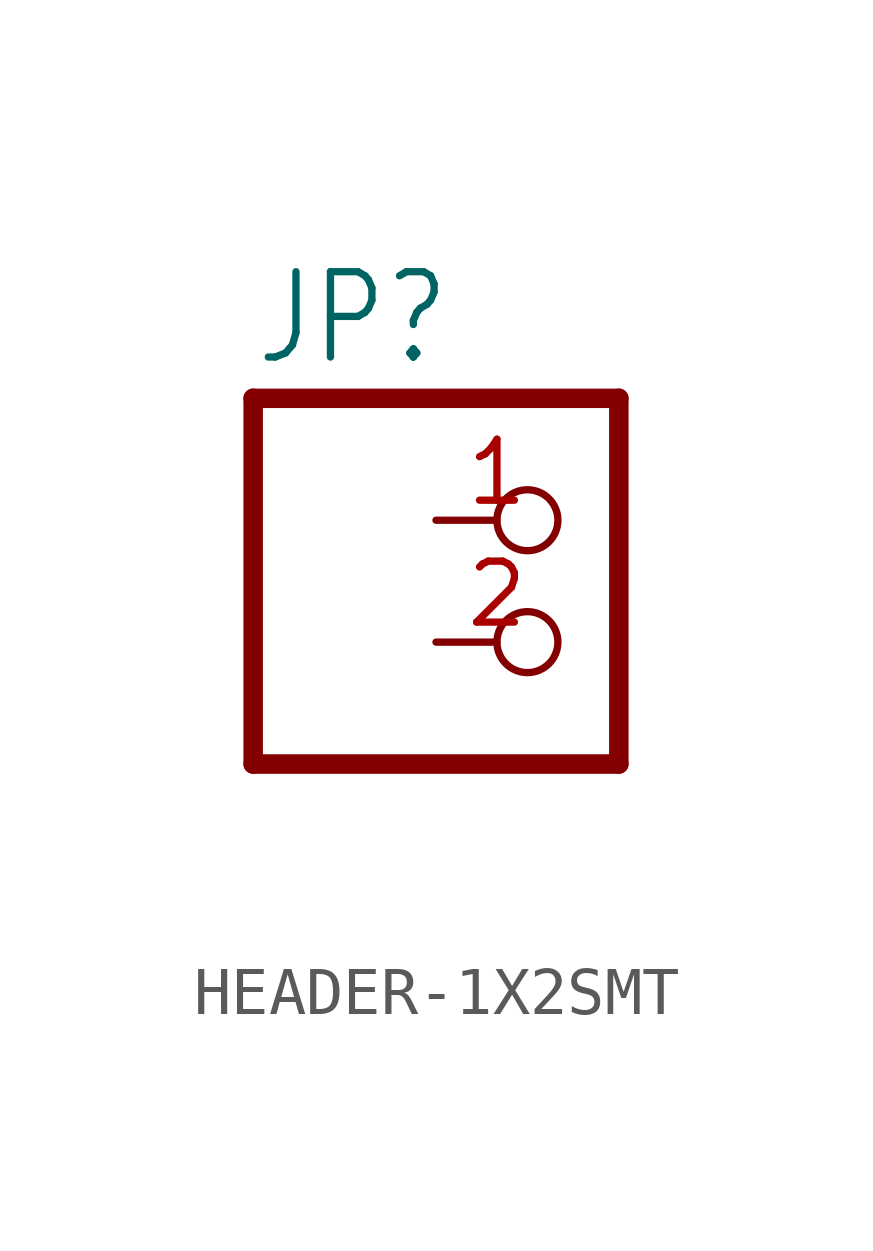
<source format=kicad_sym>
(kicad_symbol_lib
  (version 20231120)
  (generator "kicad_symbol_editor")
  (generator_version "8.0")
  (symbol "HEADER-1X2SMT"
    (property "Reference" "JP"
      (at -6.35 5.715 0)
      (effects (font (size 1.778 1.511)) (justify left bottom)))
    (property "Value" ""
      (at -6.35 -5.08 0)
      (effects (font (size 1.778 1.511)) (justify left bottom)))
    (property "ki_locked" ""
      (at 0 0 0)
      (effects (font (size 1.27 1.27))))
    (symbol "HEADER-1X2SMT_1_0"
      (polyline (pts (xy -6.35 -2.54) (xy 1.27 -2.54)) (stroke (width 0.406) (type solid)) (fill (type none)))
      (polyline (pts (xy -6.35 5.08) (xy -6.35 -2.54)) (stroke (width 0.406) (type solid)) (fill (type none)))
      (polyline (pts (xy 1.27 -2.54) (xy 1.27 5.08)) (stroke (width 0.406) (type solid)) (fill (type none)))
      (polyline (pts (xy 1.27 5.08) (xy -6.35 5.08)) (stroke (width 0.406) (type solid)) (fill (type none)))
      (pin passive inverted (at -2.54 2.54 0) (length 2.54) (name "1" (effects (font (size 0 0)))) (number "1" (effects (font (size 1.27 1.27)))))
      (pin passive inverted (at -2.54 0 0) (length 2.54) (name "2" (effects (font (size 0 0)))) (number "2" (effects (font (size 1.27 1.27))))))))
</source>
